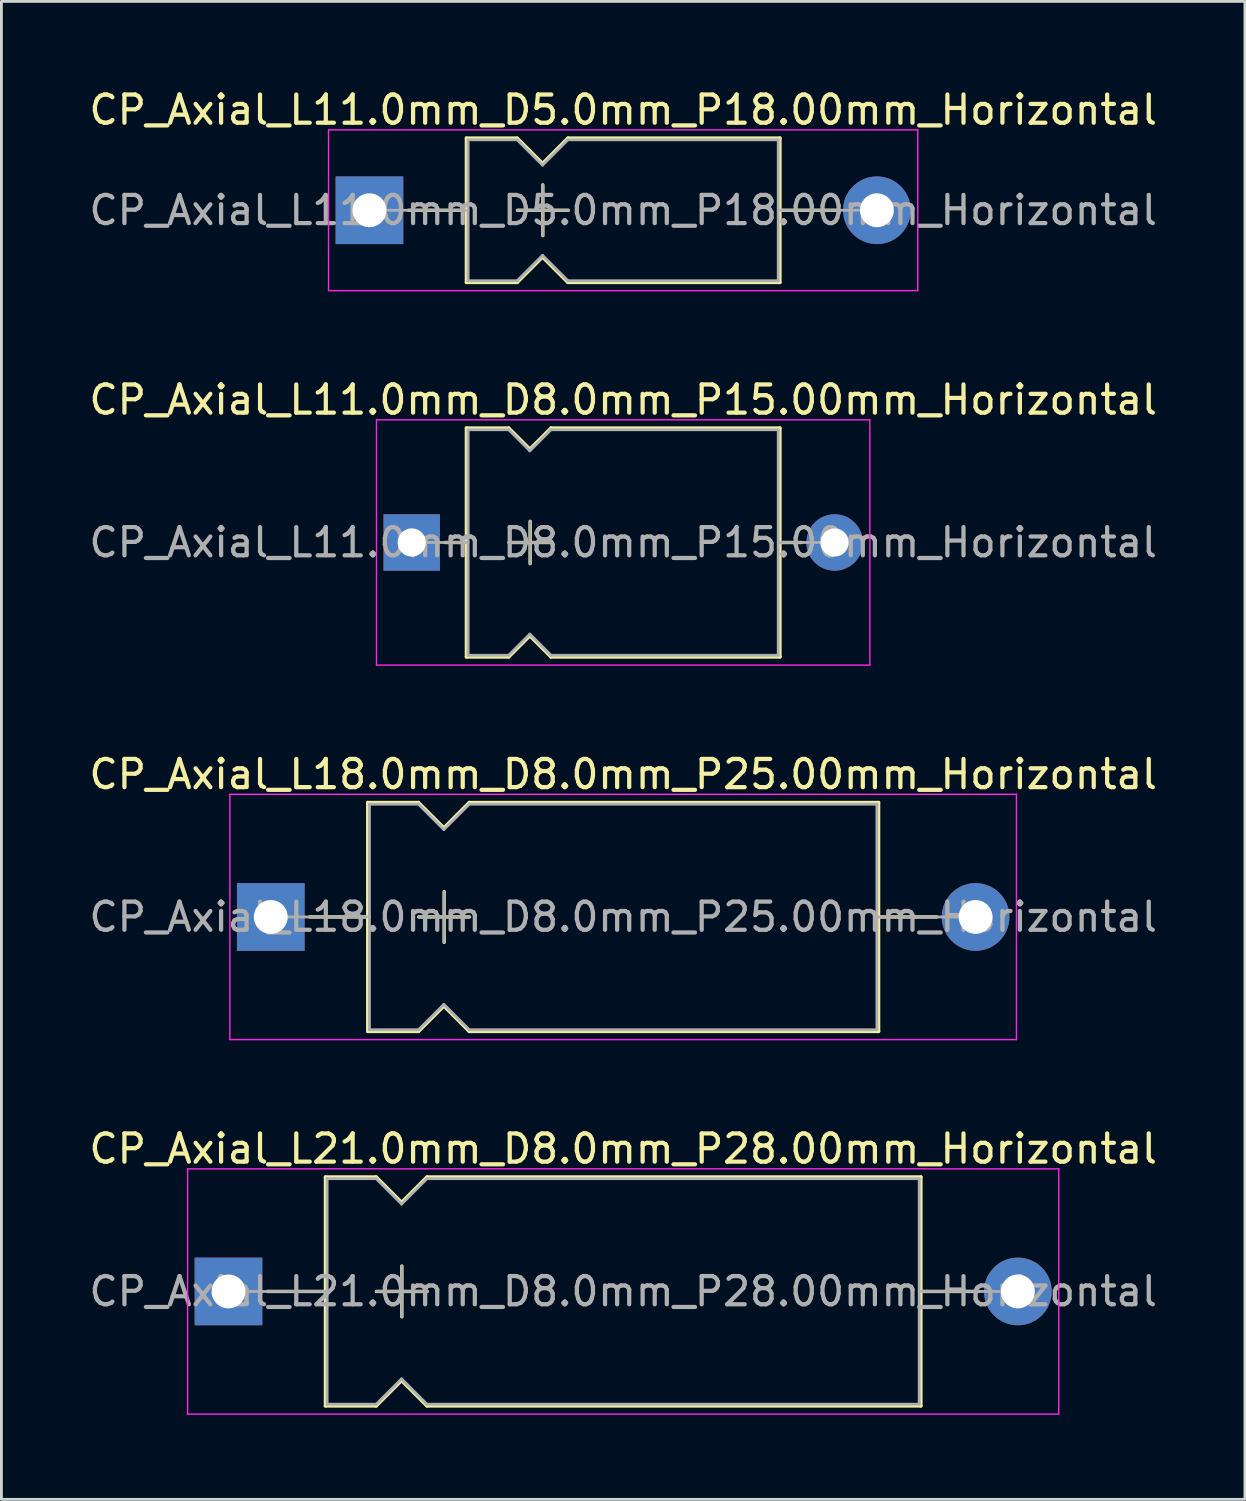
<source format=kicad_pcb>
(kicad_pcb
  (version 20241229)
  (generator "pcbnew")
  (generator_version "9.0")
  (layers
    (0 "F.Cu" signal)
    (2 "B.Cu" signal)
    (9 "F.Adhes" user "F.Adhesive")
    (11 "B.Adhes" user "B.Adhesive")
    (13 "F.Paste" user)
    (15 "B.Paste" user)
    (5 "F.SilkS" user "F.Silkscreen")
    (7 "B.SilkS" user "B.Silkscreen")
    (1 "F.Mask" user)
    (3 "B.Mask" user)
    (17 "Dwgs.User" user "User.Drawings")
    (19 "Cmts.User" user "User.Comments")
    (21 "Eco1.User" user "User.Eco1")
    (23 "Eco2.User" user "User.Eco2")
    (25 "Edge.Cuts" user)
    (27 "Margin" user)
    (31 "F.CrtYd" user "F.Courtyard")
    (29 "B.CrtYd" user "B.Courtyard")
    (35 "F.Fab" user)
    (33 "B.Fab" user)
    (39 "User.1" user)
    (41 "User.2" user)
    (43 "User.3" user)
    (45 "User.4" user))
  (footprint "CP_Axial_L21.0mm_D8.0mm_P28.00mm_Horizontal"
    (layer "F.Cu")
    (at 5.054 42.758)
    (property "Reference" "CP_Axial_L21.0mm_D8.0mm_P28.00mm_Horizontal" (at 14 -5.06 0) (layer "F.SilkS") (effects (font (size 1 1) (thickness 0.15))))
    (attr through_hole)
    (fp_line (start 1.38 0) (end 3.44 0) (stroke (width 0.12) (type solid)) (layer "F.SilkS"))
    (fp_line (start 3.44 -4.06) (end 3.44 4.06) (stroke (width 0.12) (type solid)) (layer "F.SilkS"))
    (fp_line (start 3.44 -4.06) (end 5.24 -4.06) (stroke (width 0.12) (type solid)) (layer "F.SilkS"))
    (fp_line (start 3.44 4.06) (end 5.24 4.06) (stroke (width 0.12) (type solid)) (layer "F.SilkS"))
    (fp_line (start 5.24 -4.06) (end 6.14 -3.16) (stroke (width 0.12) (type solid)) (layer "F.SilkS"))
    (fp_line (start 5.24 4.06) (end 6.14 3.16) (stroke (width 0.12) (type solid)) (layer "F.SilkS"))
    (fp_line (start 5.25 0) (end 7.05 0) (stroke (width 0.12) (type solid)) (layer "F.SilkS"))
    (fp_line (start 6.14 -3.16) (end 7.04 -4.06) (stroke (width 0.12) (type solid)) (layer "F.SilkS"))
    (fp_line (start 6.14 3.16) (end 7.04 4.06) (stroke (width 0.12) (type solid)) (layer "F.SilkS"))
    (fp_line (start 6.15 -0.9) (end 6.15 0.9) (stroke (width 0.12) (type solid)) (layer "F.SilkS"))
    (fp_line (start 7.04 -4.06) (end 24.56 -4.06) (stroke (width 0.12) (type solid)) (layer "F.SilkS"))
    (fp_line (start 7.04 4.06) (end 24.56 4.06) (stroke (width 0.12) (type solid)) (layer "F.SilkS"))
    (fp_line (start 24.56 -4.06) (end 24.56 4.06) (stroke (width 0.12) (type solid)) (layer "F.SilkS"))
    (fp_line (start 26.62 0) (end 24.56 0) (stroke (width 0.12) (type solid)) (layer "F.SilkS"))
    (fp_line (start -1.45 -4.35) (end -1.45 4.35) (stroke (width 0.05) (type solid)) (layer "F.CrtYd"))
    (fp_line (start -1.45 4.35) (end 29.45 4.35) (stroke (width 0.05) (type solid)) (layer "F.CrtYd"))
    (fp_line (start 29.45 -4.35) (end -1.45 -4.35) (stroke (width 0.05) (type solid)) (layer "F.CrtYd"))
    (fp_line (start 29.45 4.35) (end 29.45 -4.35) (stroke (width 0.05) (type solid)) (layer "F.CrtYd"))
    (fp_line (start 0 0) (end 3.5 0) (stroke (width 0.1) (type solid)) (layer "F.Fab"))
    (fp_line (start 3.5 -4) (end 3.5 4) (stroke (width 0.1) (type solid)) (layer "F.Fab"))
    (fp_line (start 3.5 -4) (end 5.24 -4) (stroke (width 0.1) (type solid)) (layer "F.Fab"))
    (fp_line (start 3.5 4) (end 5.24 4) (stroke (width 0.1) (type solid)) (layer "F.Fab"))
    (fp_line (start 5.24 -4) (end 6.14 -3.1) (stroke (width 0.1) (type solid)) (layer "F.Fab"))
    (fp_line (start 5.24 4) (end 6.14 3.1) (stroke (width 0.1) (type solid)) (layer "F.Fab"))
    (fp_line (start 5.25 0) (end 7.05 0) (stroke (width 0.1) (type solid)) (layer "F.Fab"))
    (fp_line (start 6.14 -3.1) (end 7.04 -4) (stroke (width 0.1) (type solid)) (layer "F.Fab"))
    (fp_line (start 6.14 3.1) (end 7.04 4) (stroke (width 0.1) (type solid)) (layer "F.Fab"))
    (fp_line (start 6.15 -0.9) (end 6.15 0.9) (stroke (width 0.1) (type solid)) (layer "F.Fab"))
    (fp_line (start 7.04 -4) (end 24.5 -4) (stroke (width 0.1) (type solid)) (layer "F.Fab"))
    (fp_line (start 7.04 4) (end 24.5 4) (stroke (width 0.1) (type solid)) (layer "F.Fab"))
    (fp_line (start 24.5 -4) (end 24.5 4) (stroke (width 0.1) (type solid)) (layer "F.Fab"))
    (fp_line (start 28 0) (end 24.5 0) (stroke (width 0.1) (type solid)) (layer "F.Fab"))
    (fp_text user "${REFERENCE}" (at 14 0 0) (layer "F.Fab") (effects (font (size 1 1) (thickness 0.15))))
    (pad "1" thru_hole rect (at 0 0) (size 2.4 2.4) (drill 1.2) (layers "*.Cu" "*.Mask"))
    (pad "2" thru_hole oval (at 28 0) (size 2.4 2.4) (drill 1.2) (layers "*.Cu" "*.Mask")))
  (footprint "CP_Axial_L18.0mm_D8.0mm_P25.00mm_Horizontal"
    (layer "F.Cu")
    (at 6.554 29.475)
    (property "Reference" "CP_Axial_L18.0mm_D8.0mm_P25.00mm_Horizontal" (at 12.5 -5.06 0) (layer "F.SilkS") (effects (font (size 1 1) (thickness 0.15))))
    (attr through_hole)
    (fp_line (start 1.38 0) (end 3.44 0) (stroke (width 0.12) (type solid)) (layer "F.SilkS"))
    (fp_line (start 3.44 -4.06) (end 3.44 4.06) (stroke (width 0.12) (type solid)) (layer "F.SilkS"))
    (fp_line (start 3.44 -4.06) (end 5.24 -4.06) (stroke (width 0.12) (type solid)) (layer "F.SilkS"))
    (fp_line (start 3.44 4.06) (end 5.24 4.06) (stroke (width 0.12) (type solid)) (layer "F.SilkS"))
    (fp_line (start 5.24 -4.06) (end 6.14 -3.16) (stroke (width 0.12) (type solid)) (layer "F.SilkS"))
    (fp_line (start 5.24 4.06) (end 6.14 3.16) (stroke (width 0.12) (type solid)) (layer "F.SilkS"))
    (fp_line (start 5.25 0) (end 7.05 0) (stroke (width 0.12) (type solid)) (layer "F.SilkS"))
    (fp_line (start 6.14 -3.16) (end 7.04 -4.06) (stroke (width 0.12) (type solid)) (layer "F.SilkS"))
    (fp_line (start 6.14 3.16) (end 7.04 4.06) (stroke (width 0.12) (type solid)) (layer "F.SilkS"))
    (fp_line (start 6.15 -0.9) (end 6.15 0.9) (stroke (width 0.12) (type solid)) (layer "F.SilkS"))
    (fp_line (start 7.04 -4.06) (end 21.56 -4.06) (stroke (width 0.12) (type solid)) (layer "F.SilkS"))
    (fp_line (start 7.04 4.06) (end 21.56 4.06) (stroke (width 0.12) (type solid)) (layer "F.SilkS"))
    (fp_line (start 21.56 -4.06) (end 21.56 4.06) (stroke (width 0.12) (type solid)) (layer "F.SilkS"))
    (fp_line (start 23.62 0) (end 21.56 0) (stroke (width 0.12) (type solid)) (layer "F.SilkS"))
    (fp_line (start -1.45 -4.35) (end -1.45 4.35) (stroke (width 0.05) (type solid)) (layer "F.CrtYd"))
    (fp_line (start -1.45 4.35) (end 26.45 4.35) (stroke (width 0.05) (type solid)) (layer "F.CrtYd"))
    (fp_line (start 26.45 -4.35) (end -1.45 -4.35) (stroke (width 0.05) (type solid)) (layer "F.CrtYd"))
    (fp_line (start 26.45 4.35) (end 26.45 -4.35) (stroke (width 0.05) (type solid)) (layer "F.CrtYd"))
    (fp_line (start 0 0) (end 3.5 0) (stroke (width 0.1) (type solid)) (layer "F.Fab"))
    (fp_line (start 3.5 -4) (end 3.5 4) (stroke (width 0.1) (type solid)) (layer "F.Fab"))
    (fp_line (start 3.5 -4) (end 5.24 -4) (stroke (width 0.1) (type solid)) (layer "F.Fab"))
    (fp_line (start 3.5 4) (end 5.24 4) (stroke (width 0.1) (type solid)) (layer "F.Fab"))
    (fp_line (start 5.24 -4) (end 6.14 -3.1) (stroke (width 0.1) (type solid)) (layer "F.Fab"))
    (fp_line (start 5.24 4) (end 6.14 3.1) (stroke (width 0.1) (type solid)) (layer "F.Fab"))
    (fp_line (start 5.25 0) (end 7.05 0) (stroke (width 0.1) (type solid)) (layer "F.Fab"))
    (fp_line (start 6.14 -3.1) (end 7.04 -4) (stroke (width 0.1) (type solid)) (layer "F.Fab"))
    (fp_line (start 6.14 3.1) (end 7.04 4) (stroke (width 0.1) (type solid)) (layer "F.Fab"))
    (fp_line (start 6.15 -0.9) (end 6.15 0.9) (stroke (width 0.1) (type solid)) (layer "F.Fab"))
    (fp_line (start 7.04 -4) (end 21.5 -4) (stroke (width 0.1) (type solid)) (layer "F.Fab"))
    (fp_line (start 7.04 4) (end 21.5 4) (stroke (width 0.1) (type solid)) (layer "F.Fab"))
    (fp_line (start 21.5 -4) (end 21.5 4) (stroke (width 0.1) (type solid)) (layer "F.Fab"))
    (fp_line (start 25 0) (end 21.5 0) (stroke (width 0.1) (type solid)) (layer "F.Fab"))
    (fp_text user "${REFERENCE}" (at 12.5 0 0) (layer "F.Fab") (effects (font (size 1 1) (thickness 0.15))))
    (pad "1" thru_hole rect (at 0 0) (size 2.4 2.4) (drill 1.2) (layers "*.Cu" "*.Mask"))
    (pad "2" thru_hole oval (at 25 0) (size 2.4 2.4) (drill 1.2) (layers "*.Cu" "*.Mask")))
  (footprint "CP_Axial_L11.0mm_D8.0mm_P15.00mm_Horizontal"
    (layer "F.Cu")
    (at 11.554 16.192)
    (property "Reference" "CP_Axial_L11.0mm_D8.0mm_P15.00mm_Horizontal" (at 7.5 -5.06 0) (layer "F.SilkS") (effects (font (size 1 1) (thickness 0.15))))
    (attr through_hole)
    (fp_line (start 1.18 0) (end 1.94 0) (stroke (width 0.12) (type solid)) (layer "F.SilkS"))
    (fp_line (start 1.94 -4.06) (end 1.94 4.06) (stroke (width 0.12) (type solid)) (layer "F.SilkS"))
    (fp_line (start 1.94 -4.06) (end 3.44 -4.06) (stroke (width 0.12) (type solid)) (layer "F.SilkS"))
    (fp_line (start 1.94 4.06) (end 3.44 4.06) (stroke (width 0.12) (type solid)) (layer "F.SilkS"))
    (fp_line (start 3.44 -4.06) (end 4.19 -3.31) (stroke (width 0.12) (type solid)) (layer "F.SilkS"))
    (fp_line (start 3.44 4.06) (end 4.19 3.31) (stroke (width 0.12) (type solid)) (layer "F.SilkS"))
    (fp_line (start 3.45 0) (end 4.95 0) (stroke (width 0.12) (type solid)) (layer "F.SilkS"))
    (fp_line (start 4.19 -3.31) (end 4.94 -4.06) (stroke (width 0.12) (type solid)) (layer "F.SilkS"))
    (fp_line (start 4.19 3.31) (end 4.94 4.06) (stroke (width 0.12) (type solid)) (layer "F.SilkS"))
    (fp_line (start 4.2 -0.75) (end 4.2 0.75) (stroke (width 0.12) (type solid)) (layer "F.SilkS"))
    (fp_line (start 4.94 -4.06) (end 13.06 -4.06) (stroke (width 0.12) (type solid)) (layer "F.SilkS"))
    (fp_line (start 4.94 4.06) (end 13.06 4.06) (stroke (width 0.12) (type solid)) (layer "F.SilkS"))
    (fp_line (start 13.06 -4.06) (end 13.06 4.06) (stroke (width 0.12) (type solid)) (layer "F.SilkS"))
    (fp_line (start 13.82 0) (end 13.06 0) (stroke (width 0.12) (type solid)) (layer "F.SilkS"))
    (fp_line (start -1.25 -4.35) (end -1.25 4.35) (stroke (width 0.05) (type solid)) (layer "F.CrtYd"))
    (fp_line (start -1.25 4.35) (end 16.25 4.35) (stroke (width 0.05) (type solid)) (layer "F.CrtYd"))
    (fp_line (start 16.25 -4.35) (end -1.25 -4.35) (stroke (width 0.05) (type solid)) (layer "F.CrtYd"))
    (fp_line (start 16.25 4.35) (end 16.25 -4.35) (stroke (width 0.05) (type solid)) (layer "F.CrtYd"))
    (fp_line (start 0 0) (end 2 0) (stroke (width 0.1) (type solid)) (layer "F.Fab"))
    (fp_line (start 2 -4) (end 2 4) (stroke (width 0.1) (type solid)) (layer "F.Fab"))
    (fp_line (start 2 -4) (end 3.44 -4) (stroke (width 0.1) (type solid)) (layer "F.Fab"))
    (fp_line (start 2 4) (end 3.44 4) (stroke (width 0.1) (type solid)) (layer "F.Fab"))
    (fp_line (start 3.44 -4) (end 4.19 -3.25) (stroke (width 0.1) (type solid)) (layer "F.Fab"))
    (fp_line (start 3.44 4) (end 4.19 3.25) (stroke (width 0.1) (type solid)) (layer "F.Fab"))
    (fp_line (start 3.45 0) (end 4.95 0) (stroke (width 0.1) (type solid)) (layer "F.Fab"))
    (fp_line (start 4.19 -3.25) (end 4.94 -4) (stroke (width 0.1) (type solid)) (layer "F.Fab"))
    (fp_line (start 4.19 3.25) (end 4.94 4) (stroke (width 0.1) (type solid)) (layer "F.Fab"))
    (fp_line (start 4.2 -0.75) (end 4.2 0.75) (stroke (width 0.1) (type solid)) (layer "F.Fab"))
    (fp_line (start 4.94 -4) (end 13 -4) (stroke (width 0.1) (type solid)) (layer "F.Fab"))
    (fp_line (start 4.94 4) (end 13 4) (stroke (width 0.1) (type solid)) (layer "F.Fab"))
    (fp_line (start 13 -4) (end 13 4) (stroke (width 0.1) (type solid)) (layer "F.Fab"))
    (fp_line (start 15 0) (end 13 0) (stroke (width 0.1) (type solid)) (layer "F.Fab"))
    (fp_text user "${REFERENCE}" (at 7.5 0 0) (layer "F.Fab") (effects (font (size 1 1) (thickness 0.15))))
    (pad "1" thru_hole rect (at 0 0) (size 2 2) (drill 1) (layers "*.Cu" "*.Mask"))
    (pad "2" thru_hole oval (at 15 0) (size 2 2) (drill 1) (layers "*.Cu" "*.Mask")))
  (footprint "CP_Axial_L11.0mm_D5.0mm_P18.00mm_Horizontal"
    (layer "F.Cu")
    (at 10.054 4.408)
    (property "Reference" "CP_Axial_L11.0mm_D5.0mm_P18.00mm_Horizontal" (at 9 -3.56 0) (layer "F.SilkS") (effects (font (size 1 1) (thickness 0.15))))
    (attr through_hole)
    (fp_line (start 1.38 0) (end 3.44 0) (stroke (width 0.12) (type solid)) (layer "F.SilkS"))
    (fp_line (start 3.44 -2.56) (end 3.44 2.56) (stroke (width 0.12) (type solid)) (layer "F.SilkS"))
    (fp_line (start 3.44 -2.56) (end 5.24 -2.56) (stroke (width 0.12) (type solid)) (layer "F.SilkS"))
    (fp_line (start 3.44 2.56) (end 5.24 2.56) (stroke (width 0.12) (type solid)) (layer "F.SilkS"))
    (fp_line (start 5.24 -2.56) (end 6.14 -1.66) (stroke (width 0.12) (type solid)) (layer "F.SilkS"))
    (fp_line (start 5.24 2.56) (end 6.14 1.66) (stroke (width 0.12) (type solid)) (layer "F.SilkS"))
    (fp_line (start 5.25 0) (end 7.05 0) (stroke (width 0.12) (type solid)) (layer "F.SilkS"))
    (fp_line (start 6.14 -1.66) (end 7.04 -2.56) (stroke (width 0.12) (type solid)) (layer "F.SilkS"))
    (fp_line (start 6.14 1.66) (end 7.04 2.56) (stroke (width 0.12) (type solid)) (layer "F.SilkS"))
    (fp_line (start 6.15 -0.9) (end 6.15 0.9) (stroke (width 0.12) (type solid)) (layer "F.SilkS"))
    (fp_line (start 7.04 -2.56) (end 14.56 -2.56) (stroke (width 0.12) (type solid)) (layer "F.SilkS"))
    (fp_line (start 7.04 2.56) (end 14.56 2.56) (stroke (width 0.12) (type solid)) (layer "F.SilkS"))
    (fp_line (start 14.56 -2.56) (end 14.56 2.56) (stroke (width 0.12) (type solid)) (layer "F.SilkS"))
    (fp_line (start 16.62 0) (end 14.56 0) (stroke (width 0.12) (type solid)) (layer "F.SilkS"))
    (fp_line (start -1.45 -2.85) (end -1.45 2.85) (stroke (width 0.05) (type solid)) (layer "F.CrtYd"))
    (fp_line (start -1.45 2.85) (end 19.45 2.85) (stroke (width 0.05) (type solid)) (layer "F.CrtYd"))
    (fp_line (start 19.45 -2.85) (end -1.45 -2.85) (stroke (width 0.05) (type solid)) (layer "F.CrtYd"))
    (fp_line (start 19.45 2.85) (end 19.45 -2.85) (stroke (width 0.05) (type solid)) (layer "F.CrtYd"))
    (fp_line (start 0 0) (end 3.5 0) (stroke (width 0.1) (type solid)) (layer "F.Fab"))
    (fp_line (start 3.5 -2.5) (end 3.5 2.5) (stroke (width 0.1) (type solid)) (layer "F.Fab"))
    (fp_line (start 3.5 -2.5) (end 5.24 -2.5) (stroke (width 0.1) (type solid)) (layer "F.Fab"))
    (fp_line (start 3.5 2.5) (end 5.24 2.5) (stroke (width 0.1) (type solid)) (layer "F.Fab"))
    (fp_line (start 5.24 -2.5) (end 6.14 -1.6) (stroke (width 0.1) (type solid)) (layer "F.Fab"))
    (fp_line (start 5.24 2.5) (end 6.14 1.6) (stroke (width 0.1) (type solid)) (layer "F.Fab"))
    (fp_line (start 5.25 0) (end 7.05 0) (stroke (width 0.1) (type solid)) (layer "F.Fab"))
    (fp_line (start 6.14 -1.6) (end 7.04 -2.5) (stroke (width 0.1) (type solid)) (layer "F.Fab"))
    (fp_line (start 6.14 1.6) (end 7.04 2.5) (stroke (width 0.1) (type solid)) (layer "F.Fab"))
    (fp_line (start 6.15 -0.9) (end 6.15 0.9) (stroke (width 0.1) (type solid)) (layer "F.Fab"))
    (fp_line (start 7.04 -2.5) (end 14.5 -2.5) (stroke (width 0.1) (type solid)) (layer "F.Fab"))
    (fp_line (start 7.04 2.5) (end 14.5 2.5) (stroke (width 0.1) (type solid)) (layer "F.Fab"))
    (fp_line (start 14.5 -2.5) (end 14.5 2.5) (stroke (width 0.1) (type solid)) (layer "F.Fab"))
    (fp_line (start 18 0) (end 14.5 0) (stroke (width 0.1) (type solid)) (layer "F.Fab"))
    (fp_text user "${REFERENCE}" (at 9 0 0) (layer "F.Fab") (effects (font (size 1 1) (thickness 0.15))))
    (pad "1" thru_hole rect (at 0 0) (size 2.4 2.4) (drill 1.2) (layers "*.Cu" "*.Mask"))
    (pad "2" thru_hole oval (at 18 0) (size 2.4 2.4) (drill 1.2) (layers "*.Cu" "*.Mask")))
  (gr_rect
    (start -3 -3)
    (end 41.107 50.133)
    (stroke (width 0.1) (type default))
    (fill no)
    (layer "Edge.Cuts")))
</source>
